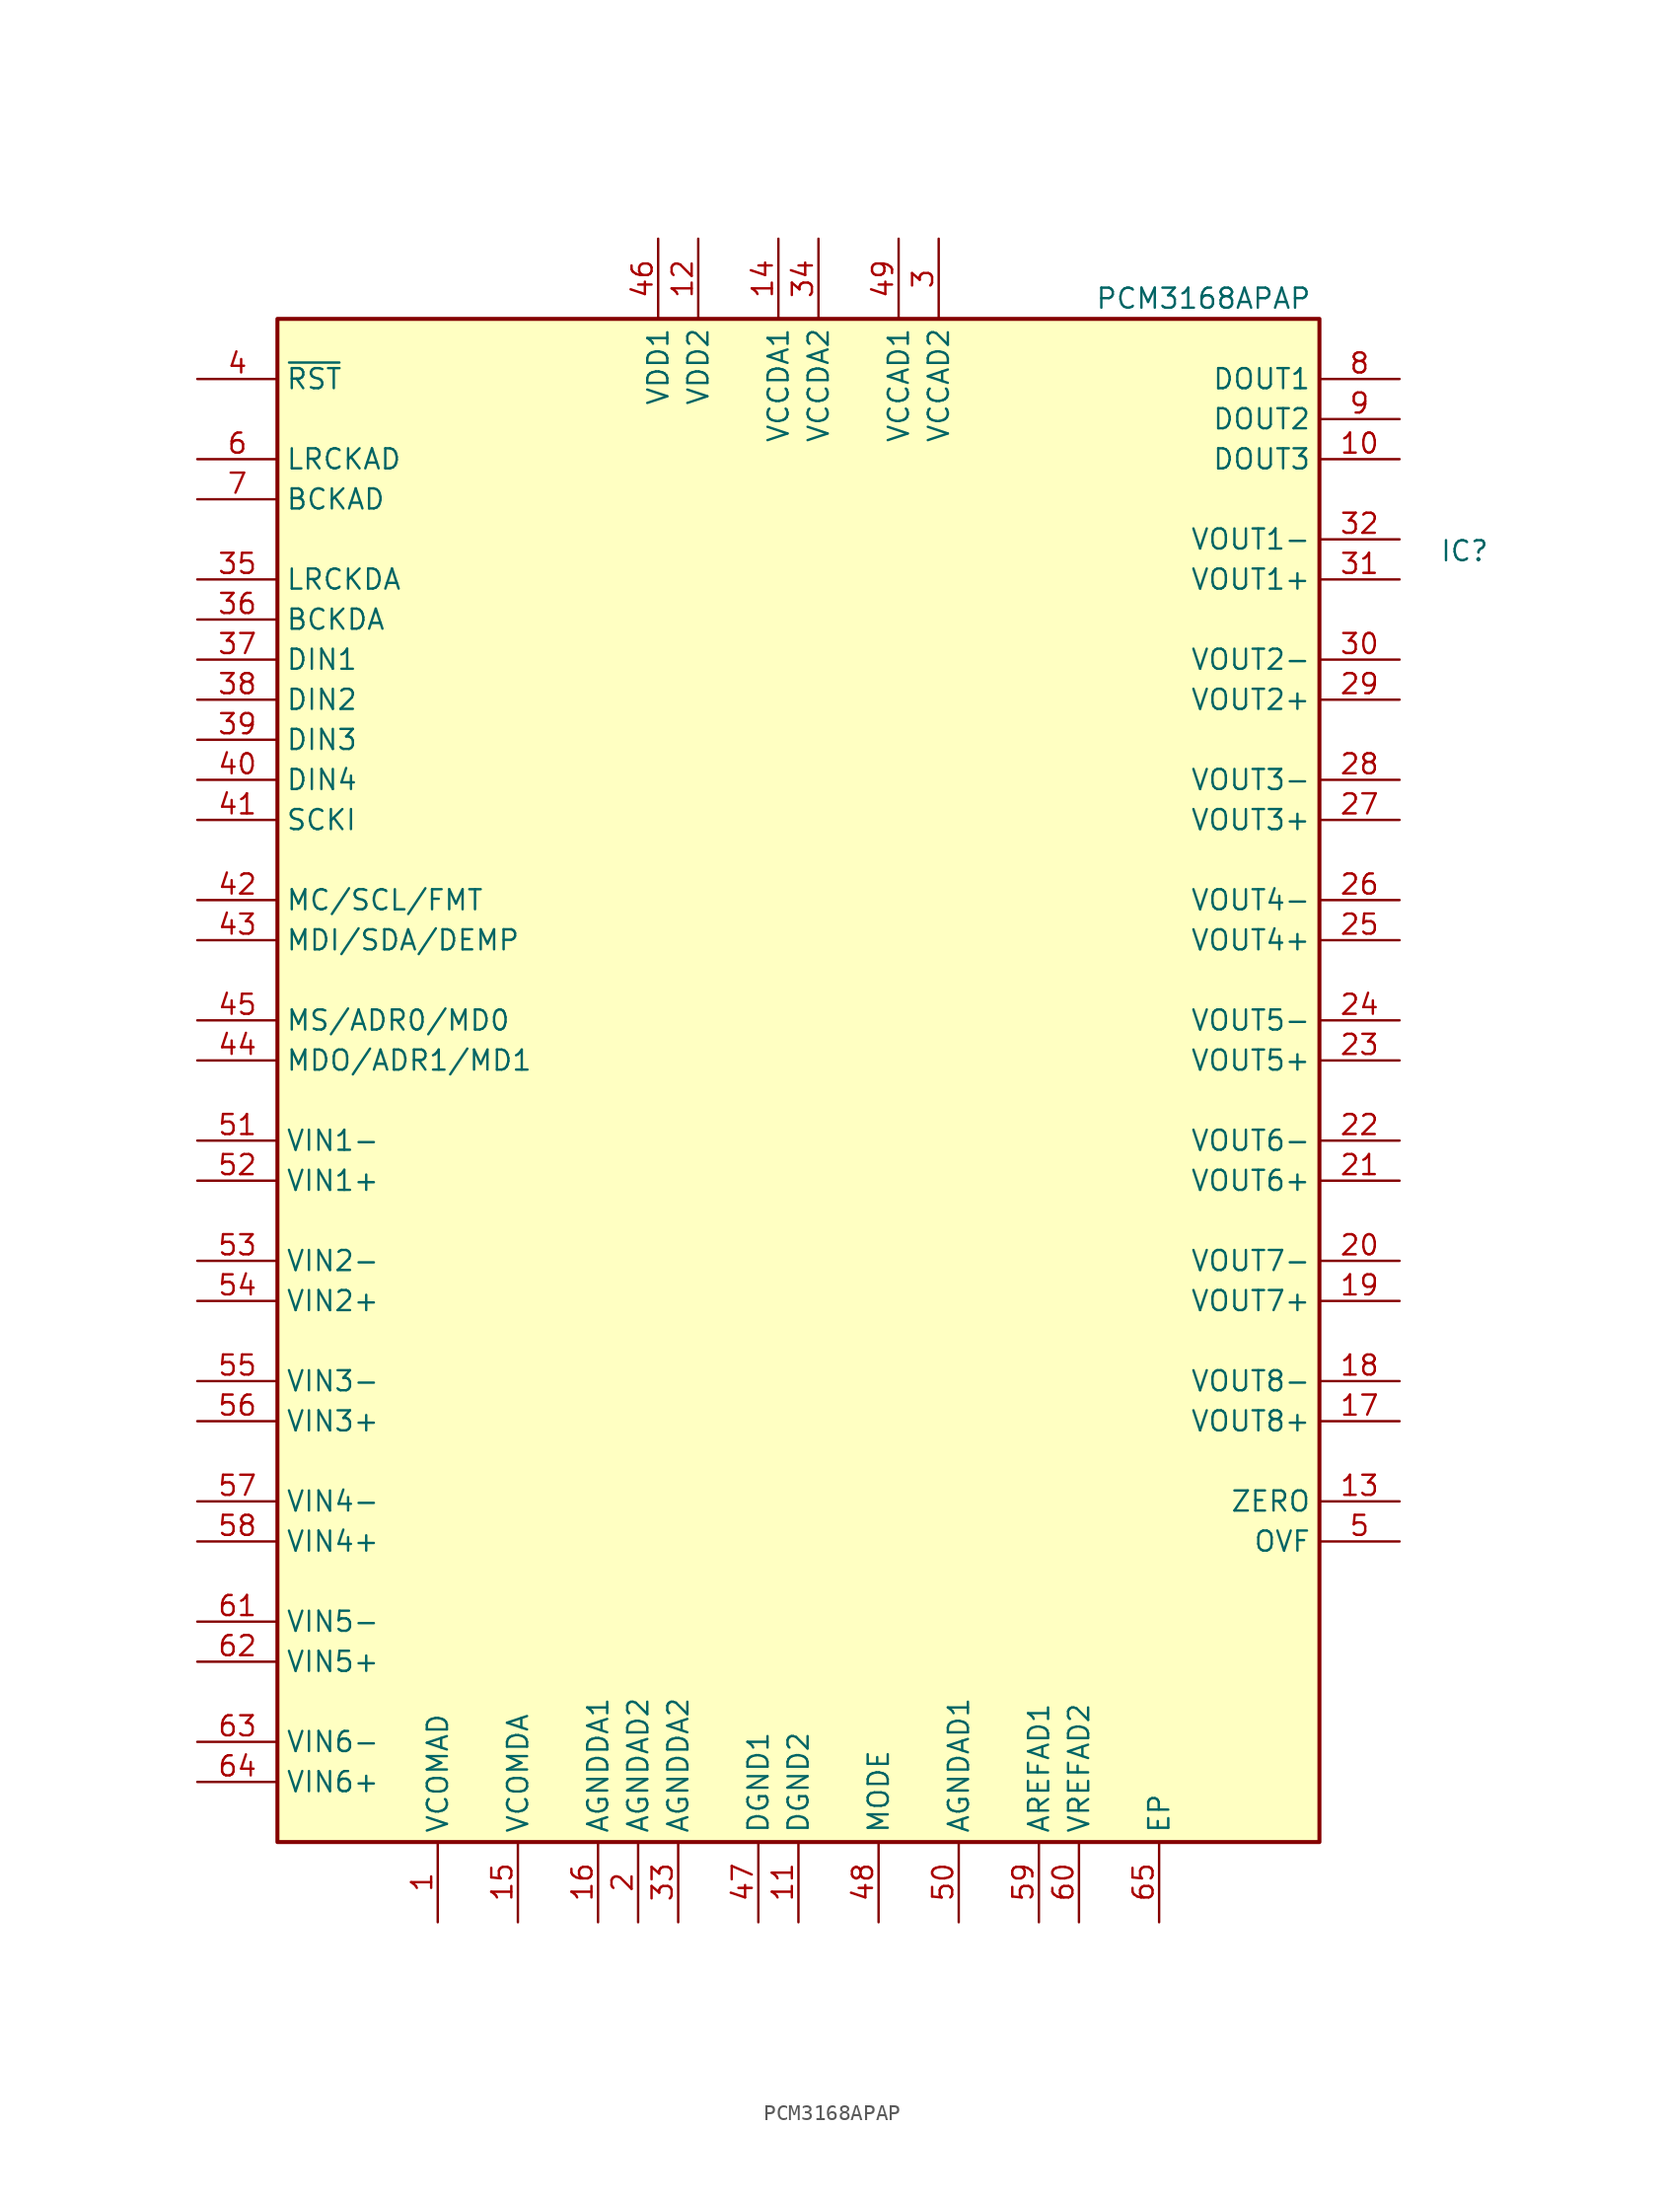
<source format=kicad_sym>
(kicad_symbol_lib
  (version 20241209)
  (generator "kicad_symbol_editor")
  (generator_version "9.0")
  (symbol "PCM3168APAP"
    (property "Reference" "IC"
      (at 40.64 34.29 0)
      (effects (font (size 1.27 1.27)) (justify left top)))
    (property "Value" "PCM3168APAP"
      (at 18.796 50.292 0)
      (effects (font (size 1.27 1.27)) (justify left top)))
    (symbol "PCM3168APAP_1_1"
      (rectangle (start -33.02 48.26) (end 33.02 -48.26) (stroke (width 0.254) (type default)) (fill (type background)))
      (pin input line (at -38.1 44.45 0) (length 5.08) (name "~{RST}" (effects (font (size 1.27 1.27)))) (number "4" (effects (font (size 1.27 1.27)))))
      (pin bidirectional line (at -38.1 39.37 0) (length 5.08) (name "LRCKAD" (effects (font (size 1.27 1.27)))) (number "6" (effects (font (size 1.27 1.27)))))
      (pin bidirectional line (at -38.1 36.83 0) (length 5.08) (name "BCKAD" (effects (font (size 1.27 1.27)))) (number "7" (effects (font (size 1.27 1.27)))))
      (pin bidirectional line (at -38.1 31.75 0) (length 5.08) (name "LRCKDA" (effects (font (size 1.27 1.27)))) (number "35" (effects (font (size 1.27 1.27)))))
      (pin bidirectional line (at -38.1 29.21 0) (length 5.08) (name "BCKDA" (effects (font (size 1.27 1.27)))) (number "36" (effects (font (size 1.27 1.27)))))
      (pin input line (at -38.1 26.67 0) (length 5.08) (name "DIN1" (effects (font (size 1.27 1.27)))) (number "37" (effects (font (size 1.27 1.27)))))
      (pin input line (at -38.1 24.13 0) (length 5.08) (name "DIN2" (effects (font (size 1.27 1.27)))) (number "38" (effects (font (size 1.27 1.27)))))
      (pin input line (at -38.1 21.59 0) (length 5.08) (name "DIN3" (effects (font (size 1.27 1.27)))) (number "39" (effects (font (size 1.27 1.27)))))
      (pin input line (at -38.1 19.05 0) (length 5.08) (name "DIN4" (effects (font (size 1.27 1.27)))) (number "40" (effects (font (size 1.27 1.27)))))
      (pin input line (at -38.1 16.51 0) (length 5.08) (name "SCKI" (effects (font (size 1.27 1.27)))) (number "41" (effects (font (size 1.27 1.27)))))
      (pin input line (at -38.1 11.43 0) (length 5.08) (name "MC/SCL/FMT" (effects (font (size 1.27 1.27)))) (number "42" (effects (font (size 1.27 1.27)))))
      (pin bidirectional line (at -38.1 8.89 0) (length 5.08) (name "MDI/SDA/DEMP" (effects (font (size 1.27 1.27)))) (number "43" (effects (font (size 1.27 1.27)))))
      (pin input line (at -38.1 3.81 0) (length 5.08) (name "MS/ADR0/MD0" (effects (font (size 1.27 1.27)))) (number "45" (effects (font (size 1.27 1.27)))))
      (pin bidirectional line (at -38.1 1.27 0) (length 5.08) (name "MDO/ADR1/MD1" (effects (font (size 1.27 1.27)))) (number "44" (effects (font (size 1.27 1.27)))))
      (pin input line (at -38.1 -3.81 0) (length 5.08) (name "VIN1-" (effects (font (size 1.27 1.27)))) (number "51" (effects (font (size 1.27 1.27)))))
      (pin input line (at -38.1 -6.35 0) (length 5.08) (name "VIN1+" (effects (font (size 1.27 1.27)))) (number "52" (effects (font (size 1.27 1.27)))))
      (pin input line (at -38.1 -11.43 0) (length 5.08) (name "VIN2-" (effects (font (size 1.27 1.27)))) (number "53" (effects (font (size 1.27 1.27)))))
      (pin input line (at -38.1 -13.97 0) (length 5.08) (name "VIN2+" (effects (font (size 1.27 1.27)))) (number "54" (effects (font (size 1.27 1.27)))))
      (pin input line (at -38.1 -19.05 0) (length 5.08) (name "VIN3-" (effects (font (size 1.27 1.27)))) (number "55" (effects (font (size 1.27 1.27)))))
      (pin input line (at -38.1 -21.59 0) (length 5.08) (name "VIN3+" (effects (font (size 1.27 1.27)))) (number "56" (effects (font (size 1.27 1.27)))))
      (pin input line (at -38.1 -26.67 0) (length 5.08) (name "VIN4-" (effects (font (size 1.27 1.27)))) (number "57" (effects (font (size 1.27 1.27)))))
      (pin input line (at -38.1 -29.21 0) (length 5.08) (name "VIN4+" (effects (font (size 1.27 1.27)))) (number "58" (effects (font (size 1.27 1.27)))))
      (pin input line (at -38.1 -34.29 0) (length 5.08) (name "VIN5-" (effects (font (size 1.27 1.27)))) (number "61" (effects (font (size 1.27 1.27)))))
      (pin input line (at -38.1 -36.83 0) (length 5.08) (name "VIN5+" (effects (font (size 1.27 1.27)))) (number "62" (effects (font (size 1.27 1.27)))))
      (pin input line (at -38.1 -41.91 0) (length 5.08) (name "VIN6-" (effects (font (size 1.27 1.27)))) (number "63" (effects (font (size 1.27 1.27)))))
      (pin input line (at -38.1 -44.45 0) (length 5.08) (name "VIN6+" (effects (font (size 1.27 1.27)))) (number "64" (effects (font (size 1.27 1.27)))))
      (pin power_in line (at -22.86 -53.34 90) (length 5.08) (name "VCOMAD" (effects (font (size 1.27 1.27)))) (number "1" (effects (font (size 1.27 1.27)))))
      (pin power_in line (at -17.78 -53.34 90) (length 5.08) (name "VCOMDA" (effects (font (size 1.27 1.27)))) (number "15" (effects (font (size 1.27 1.27)))))
      (pin power_in line (at -12.7 -53.34 90) (length 5.08) (name "AGNDDA1" (effects (font (size 1.27 1.27)))) (number "16" (effects (font (size 1.27 1.27)))))
      (pin power_in line (at -10.16 -53.34 90) (length 5.08) (name "AGNDAD2" (effects (font (size 1.27 1.27)))) (number "2" (effects (font (size 1.27 1.27)))))
      (pin power_in line (at -8.89 53.34 270) (length 5.08) (name "VDD1" (effects (font (size 1.27 1.27)))) (number "46" (effects (font (size 1.27 1.27)))))
      (pin power_in line (at -7.62 -53.34 90) (length 5.08) (name "AGNDDA2" (effects (font (size 1.27 1.27)))) (number "33" (effects (font (size 1.27 1.27)))))
      (pin power_in line (at -6.35 53.34 270) (length 5.08) (name "VDD2" (effects (font (size 1.27 1.27)))) (number "12" (effects (font (size 1.27 1.27)))))
      (pin power_in line (at -2.54 -53.34 90) (length 5.08) (name "DGND1" (effects (font (size 1.27 1.27)))) (number "47" (effects (font (size 1.27 1.27)))))
      (pin power_out line (at -1.27 53.34 270) (length 5.08) (name "VCCDA1" (effects (font (size 1.27 1.27)))) (number "14" (effects (font (size 1.27 1.27)))))
      (pin power_in line (at 0 -53.34 90) (length 5.08) (name "DGND2" (effects (font (size 1.27 1.27)))) (number "11" (effects (font (size 1.27 1.27)))))
      (pin power_in line (at 1.27 53.34 270) (length 5.08) (name "VCCDA2" (effects (font (size 1.27 1.27)))) (number "34" (effects (font (size 1.27 1.27)))))
      (pin input line (at 5.08 -53.34 90) (length 5.08) (name "MODE" (effects (font (size 1.27 1.27)))) (number "48" (effects (font (size 1.27 1.27)))))
      (pin power_in line (at 6.35 53.34 270) (length 5.08) (name "VCCAD1" (effects (font (size 1.27 1.27)))) (number "49" (effects (font (size 1.27 1.27)))))
      (pin power_in line (at 8.89 53.34 270) (length 5.08) (name "VCCAD2" (effects (font (size 1.27 1.27)))) (number "3" (effects (font (size 1.27 1.27)))))
      (pin power_in line (at 10.16 -53.34 90) (length 5.08) (name "AGNDAD1" (effects (font (size 1.27 1.27)))) (number "50" (effects (font (size 1.27 1.27)))))
      (pin power_in line (at 15.24 -53.34 90) (length 5.08) (name "AREFAD1" (effects (font (size 1.27 1.27)))) (number "59" (effects (font (size 1.27 1.27)))))
      (pin power_in line (at 17.78 -53.34 90) (length 5.08) (name "VREFAD2" (effects (font (size 1.27 1.27)))) (number "60" (effects (font (size 1.27 1.27)))))
      (pin power_in line (at 22.86 -53.34 90) (length 5.08) (name "EP" (effects (font (size 1.27 1.27)))) (number "65" (effects (font (size 1.27 1.27)))))
      (pin output line (at 38.1 44.45 180) (length 5.08) (name "DOUT1" (effects (font (size 1.27 1.27)))) (number "8" (effects (font (size 1.27 1.27)))))
      (pin output line (at 38.1 41.91 180) (length 5.08) (name "DOUT2" (effects (font (size 1.27 1.27)))) (number "9" (effects (font (size 1.27 1.27)))))
      (pin output line (at 38.1 39.37 180) (length 5.08) (name "DOUT3" (effects (font (size 1.27 1.27)))) (number "10" (effects (font (size 1.27 1.27)))))
      (pin output line (at 38.1 34.29 180) (length 5.08) (name "VOUT1-" (effects (font (size 1.27 1.27)))) (number "32" (effects (font (size 1.27 1.27)))))
      (pin output line (at 38.1 31.75 180) (length 5.08) (name "VOUT1+" (effects (font (size 1.27 1.27)))) (number "31" (effects (font (size 1.27 1.27)))))
      (pin output line (at 38.1 26.67 180) (length 5.08) (name "VOUT2-" (effects (font (size 1.27 1.27)))) (number "30" (effects (font (size 1.27 1.27)))))
      (pin output line (at 38.1 24.13 180) (length 5.08) (name "VOUT2+" (effects (font (size 1.27 1.27)))) (number "29" (effects (font (size 1.27 1.27)))))
      (pin output line (at 38.1 19.05 180) (length 5.08) (name "VOUT3-" (effects (font (size 1.27 1.27)))) (number "28" (effects (font (size 1.27 1.27)))))
      (pin output line (at 38.1 16.51 180) (length 5.08) (name "VOUT3+" (effects (font (size 1.27 1.27)))) (number "27" (effects (font (size 1.27 1.27)))))
      (pin output line (at 38.1 11.43 180) (length 5.08) (name "VOUT4-" (effects (font (size 1.27 1.27)))) (number "26" (effects (font (size 1.27 1.27)))))
      (pin output line (at 38.1 8.89 180) (length 5.08) (name "VOUT4+" (effects (font (size 1.27 1.27)))) (number "25" (effects (font (size 1.27 1.27)))))
      (pin output line (at 38.1 3.81 180) (length 5.08) (name "VOUT5-" (effects (font (size 1.27 1.27)))) (number "24" (effects (font (size 1.27 1.27)))))
      (pin output line (at 38.1 1.27 180) (length 5.08) (name "VOUT5+" (effects (font (size 1.27 1.27)))) (number "23" (effects (font (size 1.27 1.27)))))
      (pin output line (at 38.1 -3.81 180) (length 5.08) (name "VOUT6-" (effects (font (size 1.27 1.27)))) (number "22" (effects (font (size 1.27 1.27)))))
      (pin output line (at 38.1 -6.35 180) (length 5.08) (name "VOUT6+" (effects (font (size 1.27 1.27)))) (number "21" (effects (font (size 1.27 1.27)))))
      (pin output line (at 38.1 -11.43 180) (length 5.08) (name "VOUT7-" (effects (font (size 1.27 1.27)))) (number "20" (effects (font (size 1.27 1.27)))))
      (pin output line (at 38.1 -13.97 180) (length 5.08) (name "VOUT7+" (effects (font (size 1.27 1.27)))) (number "19" (effects (font (size 1.27 1.27)))))
      (pin output line (at 38.1 -19.05 180) (length 5.08) (name "VOUT8-" (effects (font (size 1.27 1.27)))) (number "18" (effects (font (size 1.27 1.27)))))
      (pin output line (at 38.1 -21.59 180) (length 5.08) (name "VOUT8+" (effects (font (size 1.27 1.27)))) (number "17" (effects (font (size 1.27 1.27)))))
      (pin output line (at 38.1 -26.67 180) (length 5.08) (name "ZERO" (effects (font (size 1.27 1.27)))) (number "13" (effects (font (size 1.27 1.27)))))
      (pin output line (at 38.1 -29.21 180) (length 5.08) (name "OVF" (effects (font (size 1.27 1.27)))) (number "5" (effects (font (size 1.27 1.27))))))))
</source>
